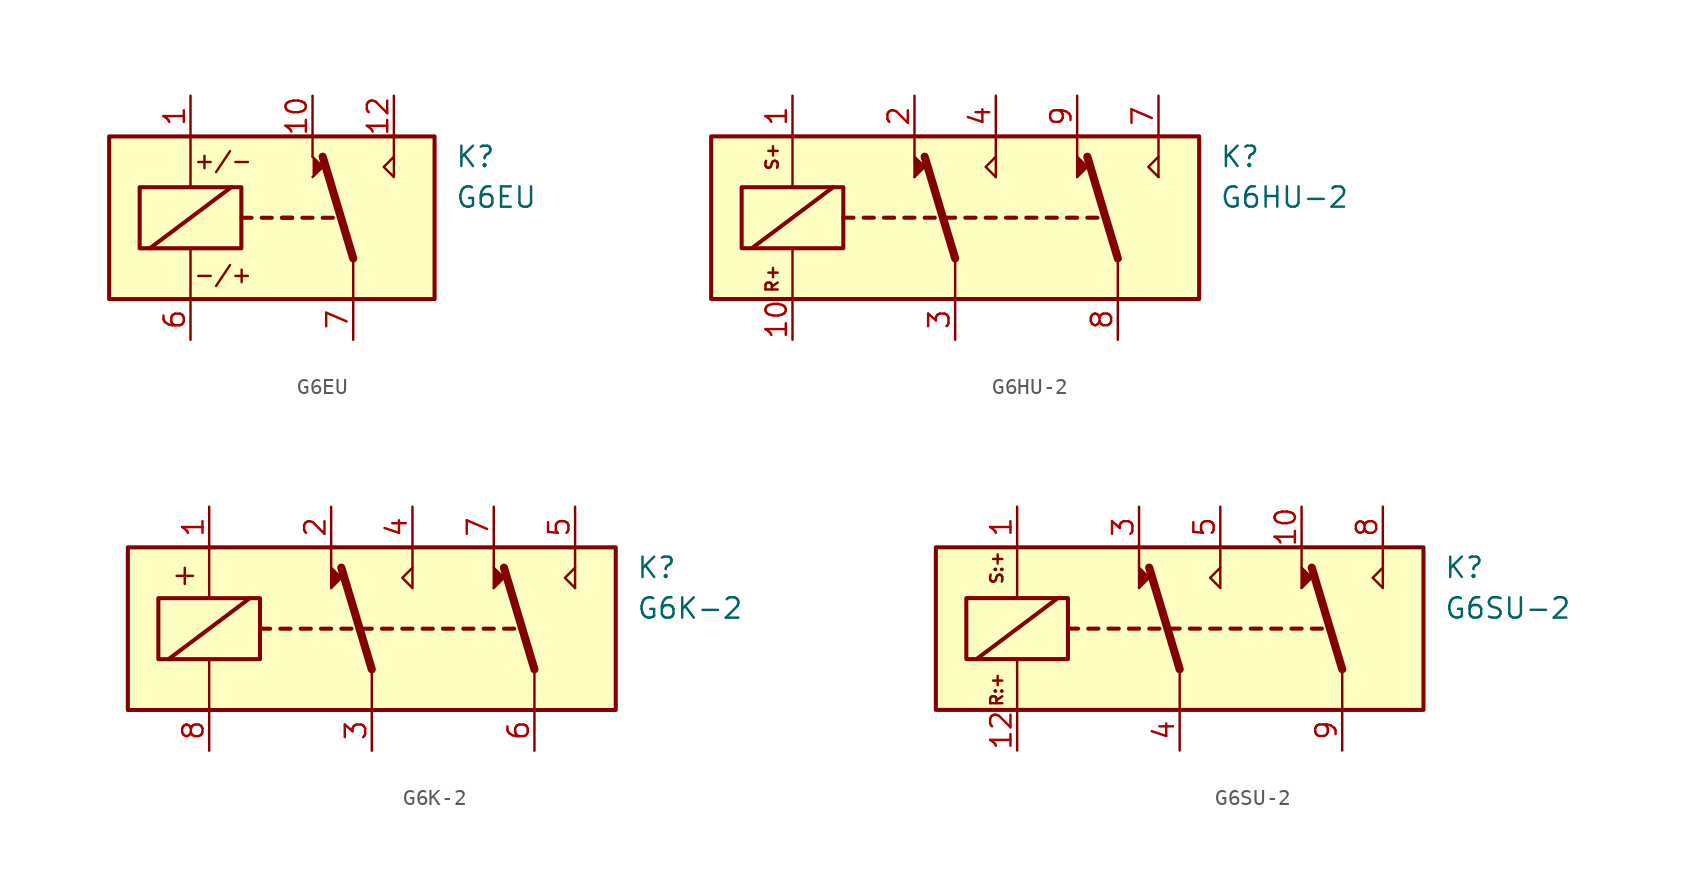
<source format=kicad_sym>
(kicad_symbol_lib
  (version 20201005)
  (generator kicad_symbol_editor)
  (symbol "G6EU"
    (pin_names
      (offset 1.016))
    (property "Reference" "K"
      (at 11.43 3.81 0)
      (effects (font (size 1.27 1.27)) (justify left)))
    (property "Value" "G6EU"
      (at 11.43 1.27 0)
      (effects (font (size 1.27 1.27)) (justify left)))
    (symbol "G6EU_0_0"
      (text "+/-" (at -3.048 3.556 0) (effects (font (size 1.016 1.016))))
      (text "-/+" (at -3.048 -3.556 0) (effects (font (size 1.016 1.016))))
      (polyline (pts (xy 2.54 3.81) (xy 2.54 5.08)) (stroke (width 0)) (fill (type none)))
      (polyline (pts (xy 7.62 3.81) (xy 7.62 5.08)) (stroke (width 0)) (fill (type none)))
      (polyline (pts (xy 7.62 3.81) (xy 7.62 2.54) (xy 6.985 3.175) (xy 7.62 3.81)) (stroke (width 0)) (fill (type none))))
    (symbol "G6EU_0_1"
      (rectangle (start -10.16 5.08) (end 10.16 -5.08) (stroke (width 0.254)) (fill (type background)))
      (rectangle (start -8.255 1.905) (end -1.905 -1.905) (stroke (width 0.254)) (fill (type none)))
      (polyline (pts (xy -7.62 -1.905) (xy -2.54 1.905)) (stroke (width 0.254)) (fill (type none)))
      (polyline (pts (xy -5.08 -5.08) (xy -5.08 -1.905)) (stroke (width 0)) (fill (type none)))
      (polyline (pts (xy -5.08 5.08) (xy -5.08 1.905)) (stroke (width 0)) (fill (type none)))
      (polyline (pts (xy -1.905 0) (xy -1.27 0)) (stroke (width 0.254)) (fill (type none)))
      (polyline (pts (xy -0.635 0) (xy 0 0)) (stroke (width 0.254)) (fill (type none)))
      (polyline (pts (xy 0.635 0) (xy 1.27 0)) (stroke (width 0.254)) (fill (type none)))
      (polyline (pts (xy 0.635 0) (xy 1.27 0)) (stroke (width 0.254)) (fill (type none)))
      (polyline (pts (xy 1.905 0) (xy 2.54 0)) (stroke (width 0.254)) (fill (type none)))
      (polyline (pts (xy 3.175 0) (xy 3.81 0)) (stroke (width 0.254)) (fill (type none)))
      (polyline (pts (xy 5.08 -2.54) (xy 3.175 3.81)) (stroke (width 0.508)) (fill (type none)))
      (polyline (pts (xy 5.08 -2.54) (xy 5.08 -5.08)) (stroke (width 0)) (fill (type none)))
      (polyline (pts (xy 2.54 2.54) (xy 3.175 3.175) (xy 2.54 3.81)) (stroke (width 0)) (fill (type outline))))
    (symbol "G6EU_1_1"
      (pin passive line (at -5.08 7.62 270) (length 2.54) (name "~" (effects (font (size 1.27 1.27)))) (number "1" (effects (font (size 1.27 1.27)))))
      (pin passive line (at 2.54 7.62 270) (length 2.54) (name "~" (effects (font (size 1.27 1.27)))) (number "10" (effects (font (size 1.27 1.27)))))
      (pin passive line (at 7.62 7.62 270) (length 2.54) (name "~" (effects (font (size 1.27 1.27)))) (number "12" (effects (font (size 1.27 1.27)))))
      (pin passive line (at -5.08 -7.62 90) (length 2.54) (name "~" (effects (font (size 1.27 1.27)))) (number "6" (effects (font (size 1.27 1.27)))))
      (pin passive line (at 5.08 -7.62 90) (length 2.54) (name "~" (effects (font (size 1.27 1.27)))) (number "7" (effects (font (size 1.27 1.27)))))))
  (symbol "G6HU-2"
    (pin_names
      (offset 1.016))
    (property "Reference" "K"
      (at 16.51 3.81 0)
      (effects (font (size 1.27 1.27)) (justify left)))
    (property "Value" "G6HU-2"
      (at 16.51 1.27 0)
      (effects (font (size 1.27 1.27)) (justify left)))
    (symbol "G6HU-2_0_0"
      (text "R+" (at -11.43 -3.81 900) (effects (font (size 0.762 0.762))))
      (text "S+" (at -11.43 3.81 900) (effects (font (size 0.762 0.762)))))
    (symbol "G6HU-2_0_1"
      (rectangle (start -15.24 5.08) (end 15.24 -5.08) (stroke (width 0.254)) (fill (type background)))
      (rectangle (start -13.335 1.905) (end -6.985 -1.905) (stroke (width 0.254)) (fill (type none)))
      (polyline (pts (xy -12.7 -1.905) (xy -7.62 1.905)) (stroke (width 0.254)) (fill (type none)))
      (polyline (pts (xy -10.16 -5.08) (xy -10.16 -1.905)) (stroke (width 0)) (fill (type none)))
      (polyline (pts (xy -10.16 5.08) (xy -10.16 1.905)) (stroke (width 0)) (fill (type none)))
      (polyline (pts (xy -6.985 0) (xy -6.35 0)) (stroke (width 0.254)) (fill (type none)))
      (polyline (pts (xy -5.715 0) (xy -5.08 0)) (stroke (width 0.254)) (fill (type none)))
      (polyline (pts (xy -4.445 0) (xy -3.81 0)) (stroke (width 0.254)) (fill (type none)))
      (polyline (pts (xy -3.175 0) (xy -2.54 0)) (stroke (width 0.254)) (fill (type none)))
      (polyline (pts (xy -2.54 2.54) (xy -2.54 5.08)) (stroke (width 0)) (fill (type none)))
      (polyline (pts (xy -1.905 0) (xy -1.27 0)) (stroke (width 0.254)) (fill (type none)))
      (polyline (pts (xy -0.635 0) (xy 0 0)) (stroke (width 0.254)) (fill (type none)))
      (polyline (pts (xy 0 -2.54) (xy -1.905 3.81)) (stroke (width 0.508)) (fill (type none)))
      (polyline (pts (xy 0 -2.54) (xy 0 -5.08)) (stroke (width 0)) (fill (type none)))
      (polyline (pts (xy 0.635 0) (xy 1.27 0)) (stroke (width 0.254)) (fill (type none)))
      (polyline (pts (xy 1.905 0) (xy 2.54 0)) (stroke (width 0.254)) (fill (type none)))
      (polyline (pts (xy 2.54 2.54) (xy 2.54 5.08)) (stroke (width 0)) (fill (type none)))
      (polyline (pts (xy 3.175 0) (xy 3.81 0)) (stroke (width 0.254)) (fill (type none)))
      (polyline (pts (xy 4.445 0) (xy 5.08 0)) (stroke (width 0.254)) (fill (type none)))
      (polyline (pts (xy 5.715 0) (xy 6.35 0)) (stroke (width 0.254)) (fill (type none)))
      (polyline (pts (xy 6.985 0) (xy 7.62 0)) (stroke (width 0.254)) (fill (type none)))
      (polyline (pts (xy 7.62 2.54) (xy 7.62 5.08)) (stroke (width 0)) (fill (type none)))
      (polyline (pts (xy 8.255 0) (xy 8.89 0)) (stroke (width 0.254)) (fill (type none)))
      (polyline (pts (xy 10.16 -2.54) (xy 8.255 3.81)) (stroke (width 0.508)) (fill (type none)))
      (polyline (pts (xy 10.16 -2.54) (xy 10.16 -5.08)) (stroke (width 0)) (fill (type none)))
      (polyline (pts (xy 12.7 2.54) (xy 12.7 5.08)) (stroke (width 0)) (fill (type none)))
      (polyline (pts (xy -2.54 2.54) (xy -1.905 3.175) (xy -2.54 3.81)) (stroke (width 0)) (fill (type outline)))
      (polyline (pts (xy 2.54 2.54) (xy 1.905 3.175) (xy 2.54 3.81)) (stroke (width 0)) (fill (type none)))
      (polyline (pts (xy 7.62 2.54) (xy 8.255 3.175) (xy 7.62 3.81)) (stroke (width 0)) (fill (type outline)))
      (polyline (pts (xy 12.7 2.54) (xy 12.065 3.175) (xy 12.7 3.81)) (stroke (width 0)) (fill (type none))))
    (symbol "G6HU-2_1_1"
      (pin passive line (at -10.16 7.62 270) (length 2.54) (name "~" (effects (font (size 1.27 1.27)))) (number "1" (effects (font (size 1.27 1.27)))))
      (pin passive line (at -10.16 -7.62 90) (length 2.54) (name "~" (effects (font (size 1.27 1.27)))) (number "10" (effects (font (size 1.27 1.27)))))
      (pin passive line (at -2.54 7.62 270) (length 2.54) (name "~" (effects (font (size 1.27 1.27)))) (number "2" (effects (font (size 1.27 1.27)))))
      (pin passive line (at 0 -7.62 90) (length 2.54) (name "~" (effects (font (size 1.27 1.27)))) (number "3" (effects (font (size 1.27 1.27)))))
      (pin passive line (at 2.54 7.62 270) (length 2.54) (name "~" (effects (font (size 1.27 1.27)))) (number "4" (effects (font (size 1.27 1.27)))))
      (pin no_connect line (at 5.08 -5.08 90) (length 2.54) hide (name "NC" (effects (font (size 1.27 1.27)))) (number "5" (effects (font (size 1.27 1.27)))))
      (pin no_connect line (at 2.54 -5.08 90) (length 2.54) hide (name "NC" (effects (font (size 1.27 1.27)))) (number "6" (effects (font (size 1.27 1.27)))))
      (pin passive line (at 12.7 7.62 270) (length 2.54) (name "~" (effects (font (size 1.27 1.27)))) (number "7" (effects (font (size 1.27 1.27)))))
      (pin passive line (at 10.16 -7.62 90) (length 2.54) (name "~" (effects (font (size 1.27 1.27)))) (number "8" (effects (font (size 1.27 1.27)))))
      (pin passive line (at 7.62 7.62 270) (length 2.54) (name "~" (effects (font (size 1.27 1.27)))) (number "9" (effects (font (size 1.27 1.27)))))))
  (symbol "G6K-2"
    (pin_names
      (offset 1.016))
    (property "Reference" "K"
      (at 16.51 3.81 0)
      (effects (font (size 1.27 1.27)) (justify left)))
    (property "Value" "G6K-2"
      (at 16.51 1.27 0)
      (effects (font (size 1.27 1.27)) (justify left)))
    (symbol "G6K-2_0_0"
      (polyline (pts (xy -12.192 3.302) (xy -11.176 3.302)) (stroke (width 0)) (fill (type none)))
      (polyline (pts (xy -11.684 3.81) (xy -11.684 2.794)) (stroke (width 0)) (fill (type none))))
    (symbol "G6K-2_0_1"
      (rectangle (start -15.24 5.08) (end 15.24 -5.08) (stroke (width 0.254)) (fill (type background)))
      (rectangle (start -13.335 1.905) (end -6.985 -1.905) (stroke (width 0.254)) (fill (type none)))
      (polyline (pts (xy -12.7 -1.905) (xy -7.62 1.905)) (stroke (width 0.254)) (fill (type none)))
      (polyline (pts (xy -10.16 -5.08) (xy -10.16 -1.905)) (stroke (width 0)) (fill (type none)))
      (polyline (pts (xy -10.16 5.08) (xy -10.16 1.905)) (stroke (width 0)) (fill (type none)))
      (polyline (pts (xy -6.985 0) (xy -6.35 0)) (stroke (width 0.254)) (fill (type none)))
      (polyline (pts (xy -5.715 0) (xy -5.08 0)) (stroke (width 0.254)) (fill (type none)))
      (polyline (pts (xy -4.445 0) (xy -3.81 0)) (stroke (width 0.254)) (fill (type none)))
      (polyline (pts (xy -3.175 0) (xy -2.54 0)) (stroke (width 0.254)) (fill (type none)))
      (polyline (pts (xy -2.54 2.54) (xy -2.54 5.08)) (stroke (width 0)) (fill (type none)))
      (polyline (pts (xy -1.905 0) (xy -1.27 0)) (stroke (width 0.254)) (fill (type none)))
      (polyline (pts (xy -0.635 0) (xy 0 0)) (stroke (width 0.254)) (fill (type none)))
      (polyline (pts (xy 0 -2.54) (xy -1.905 3.81)) (stroke (width 0.508)) (fill (type none)))
      (polyline (pts (xy 0 -2.54) (xy 0 -5.08)) (stroke (width 0)) (fill (type none)))
      (polyline (pts (xy 0.635 0) (xy 1.27 0)) (stroke (width 0.254)) (fill (type none)))
      (polyline (pts (xy 1.905 0) (xy 2.54 0)) (stroke (width 0.254)) (fill (type none)))
      (polyline (pts (xy 2.54 2.54) (xy 2.54 5.08)) (stroke (width 0)) (fill (type none)))
      (polyline (pts (xy 3.175 0) (xy 3.81 0)) (stroke (width 0.254)) (fill (type none)))
      (polyline (pts (xy 4.445 0) (xy 5.08 0)) (stroke (width 0.254)) (fill (type none)))
      (polyline (pts (xy 5.715 0) (xy 6.35 0)) (stroke (width 0.254)) (fill (type none)))
      (polyline (pts (xy 6.985 0) (xy 7.62 0)) (stroke (width 0.254)) (fill (type none)))
      (polyline (pts (xy 7.62 2.54) (xy 7.62 5.08)) (stroke (width 0)) (fill (type none)))
      (polyline (pts (xy 8.255 0) (xy 8.89 0)) (stroke (width 0.254)) (fill (type none)))
      (polyline (pts (xy 10.16 -2.54) (xy 8.255 3.81)) (stroke (width 0.508)) (fill (type none)))
      (polyline (pts (xy 10.16 -2.54) (xy 10.16 -5.08)) (stroke (width 0)) (fill (type none)))
      (polyline (pts (xy 12.7 2.54) (xy 12.7 5.08)) (stroke (width 0)) (fill (type none)))
      (polyline (pts (xy -2.54 2.54) (xy -1.905 3.175) (xy -2.54 3.81)) (stroke (width 0)) (fill (type outline)))
      (polyline (pts (xy 2.54 2.54) (xy 1.905 3.175) (xy 2.54 3.81)) (stroke (width 0)) (fill (type none)))
      (polyline (pts (xy 7.62 2.54) (xy 8.255 3.175) (xy 7.62 3.81)) (stroke (width 0)) (fill (type outline)))
      (polyline (pts (xy 12.7 2.54) (xy 12.065 3.175) (xy 12.7 3.81)) (stroke (width 0)) (fill (type none))))
    (symbol "G6K-2_1_1"
      (pin passive line (at -10.16 7.62 270) (length 2.54) (name "~" (effects (font (size 1.27 1.27)))) (number "1" (effects (font (size 1.27 1.27)))))
      (pin passive line (at -2.54 7.62 270) (length 2.54) (name "~" (effects (font (size 1.27 1.27)))) (number "2" (effects (font (size 1.27 1.27)))))
      (pin passive line (at 0 -7.62 90) (length 2.54) (name "~" (effects (font (size 1.27 1.27)))) (number "3" (effects (font (size 1.27 1.27)))))
      (pin passive line (at 2.54 7.62 270) (length 2.54) (name "~" (effects (font (size 1.27 1.27)))) (number "4" (effects (font (size 1.27 1.27)))))
      (pin passive line (at 12.7 7.62 270) (length 2.54) (name "~" (effects (font (size 1.27 1.27)))) (number "5" (effects (font (size 1.27 1.27)))))
      (pin passive line (at 10.16 -7.62 90) (length 2.54) (name "~" (effects (font (size 1.27 1.27)))) (number "6" (effects (font (size 1.27 1.27)))))
      (pin passive line (at 7.62 7.62 270) (length 2.54) (name "~" (effects (font (size 1.27 1.27)))) (number "7" (effects (font (size 1.27 1.27)))))
      (pin passive line (at -10.16 -7.62 90) (length 2.54) (name "~" (effects (font (size 1.27 1.27)))) (number "8" (effects (font (size 1.27 1.27)))))))
  (symbol "G6SU-2"
    (property "Reference" "K"
      (at 16.51 3.81 0)
      (effects (font (size 1.27 1.27)) (justify left)))
    (property "Value" "G6SU-2"
      (at 16.51 1.27 0)
      (effects (font (size 1.27 1.27)) (justify left)))
    (symbol "G6SU-2_0_0"
      (text "R:+" (at -11.43 -3.81 900) (effects (font (size 0.762 0.762))))
      (text "S:+" (at -11.43 3.81 900) (effects (font (size 0.762 0.762)))))
    (symbol "G6SU-2_0_1"
      (rectangle (start -15.24 5.08) (end 15.24 -5.08) (stroke (width 0.254)) (fill (type background)))
      (rectangle (start -13.335 1.905) (end -6.985 -1.905) (stroke (width 0.254)) (fill (type none)))
      (polyline (pts (xy -12.7 -1.905) (xy -7.62 1.905)) (stroke (width 0.254)) (fill (type none)))
      (polyline (pts (xy -10.16 -5.08) (xy -10.16 -1.905)) (stroke (width 0)) (fill (type none)))
      (polyline (pts (xy -10.16 5.08) (xy -10.16 1.905)) (stroke (width 0)) (fill (type none)))
      (polyline (pts (xy -6.985 0) (xy -6.35 0)) (stroke (width 0.254)) (fill (type none)))
      (polyline (pts (xy -5.715 0) (xy -5.08 0)) (stroke (width 0.254)) (fill (type none)))
      (polyline (pts (xy -4.445 0) (xy -3.81 0)) (stroke (width 0.254)) (fill (type none)))
      (polyline (pts (xy -3.175 0) (xy -2.54 0)) (stroke (width 0.254)) (fill (type none)))
      (polyline (pts (xy -2.54 2.54) (xy -2.54 5.08)) (stroke (width 0)) (fill (type none)))
      (polyline (pts (xy -1.905 0) (xy -1.27 0)) (stroke (width 0.254)) (fill (type none)))
      (polyline (pts (xy -0.635 0) (xy 0 0)) (stroke (width 0.254)) (fill (type none)))
      (polyline (pts (xy 0 -2.54) (xy -1.905 3.81)) (stroke (width 0.508)) (fill (type none)))
      (polyline (pts (xy 0 -2.54) (xy 0 -5.08)) (stroke (width 0)) (fill (type none)))
      (polyline (pts (xy 0.635 0) (xy 1.27 0)) (stroke (width 0.254)) (fill (type none)))
      (polyline (pts (xy 1.905 0) (xy 2.54 0)) (stroke (width 0.254)) (fill (type none)))
      (polyline (pts (xy 2.54 2.54) (xy 2.54 5.08)) (stroke (width 0)) (fill (type none)))
      (polyline (pts (xy 3.175 0) (xy 3.81 0)) (stroke (width 0.254)) (fill (type none)))
      (polyline (pts (xy 4.445 0) (xy 5.08 0)) (stroke (width 0.254)) (fill (type none)))
      (polyline (pts (xy 5.715 0) (xy 6.35 0)) (stroke (width 0.254)) (fill (type none)))
      (polyline (pts (xy 6.985 0) (xy 7.62 0)) (stroke (width 0.254)) (fill (type none)))
      (polyline (pts (xy 7.62 2.54) (xy 7.62 5.08)) (stroke (width 0)) (fill (type none)))
      (polyline (pts (xy 8.255 0) (xy 8.89 0)) (stroke (width 0.254)) (fill (type none)))
      (polyline (pts (xy 10.16 -2.54) (xy 8.255 3.81)) (stroke (width 0.508)) (fill (type none)))
      (polyline (pts (xy 10.16 -2.54) (xy 10.16 -5.08)) (stroke (width 0)) (fill (type none)))
      (polyline (pts (xy 12.7 2.54) (xy 12.7 5.08)) (stroke (width 0)) (fill (type none)))
      (polyline (pts (xy -2.54 2.54) (xy -1.905 3.175) (xy -2.54 3.81)) (stroke (width 0)) (fill (type outline)))
      (polyline (pts (xy 2.54 2.54) (xy 1.905 3.175) (xy 2.54 3.81)) (stroke (width 0)) (fill (type none)))
      (polyline (pts (xy 7.62 2.54) (xy 8.255 3.175) (xy 7.62 3.81)) (stroke (width 0)) (fill (type outline)))
      (polyline (pts (xy 12.7 2.54) (xy 12.065 3.175) (xy 12.7 3.81)) (stroke (width 0)) (fill (type none))))
    (symbol "G6SU-2_1_1"
      (pin passive line (at -10.16 7.62 270) (length 2.54) (name "~" (effects (font (size 1.27 1.27)))) (number "1" (effects (font (size 1.27 1.27)))))
      (pin passive line (at 7.62 7.62 270) (length 2.54) (name "~" (effects (font (size 1.27 1.27)))) (number "10" (effects (font (size 1.27 1.27)))))
      (pin passive line (at -10.16 -7.62 90) (length 2.54) (name "~" (effects (font (size 1.27 1.27)))) (number "12" (effects (font (size 1.27 1.27)))))
      (pin passive line (at -2.54 7.62 270) (length 2.54) (name "~" (effects (font (size 1.27 1.27)))) (number "3" (effects (font (size 1.27 1.27)))))
      (pin passive line (at 0 -7.62 90) (length 2.54) (name "~" (effects (font (size 1.27 1.27)))) (number "4" (effects (font (size 1.27 1.27)))))
      (pin passive line (at 2.54 7.62 270) (length 2.54) (name "~" (effects (font (size 1.27 1.27)))) (number "5" (effects (font (size 1.27 1.27)))))
      (pin passive line (at 12.7 7.62 270) (length 2.54) (name "~" (effects (font (size 1.27 1.27)))) (number "8" (effects (font (size 1.27 1.27)))))
      (pin passive line (at 10.16 -7.62 90) (length 2.54) (name "~" (effects (font (size 1.27 1.27)))) (number "9" (effects (font (size 1.27 1.27))))))))
</source>
